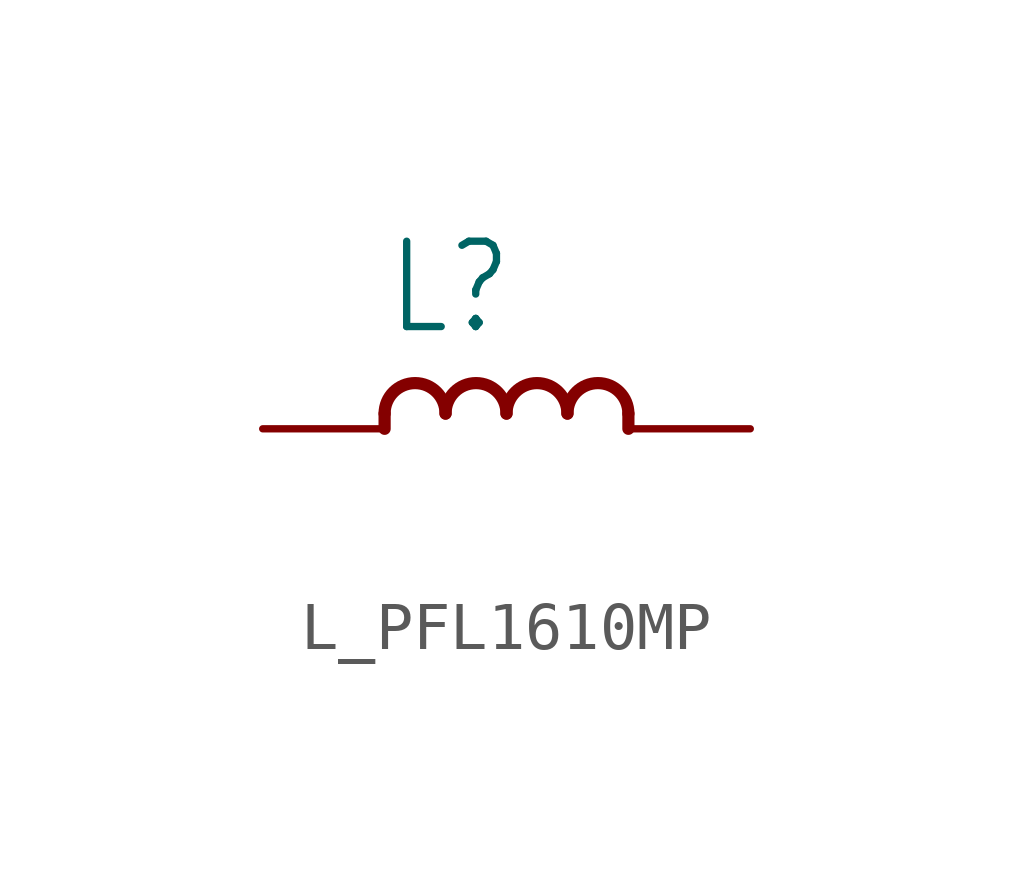
<source format=kicad_sym>
(kicad_symbol_lib
  (version 20220914)
  (generator kicad_symbol_editor)
  (symbol "L_PFL1610MP"
    (property "Reference" "L"
      (at -2.54 1.905 0)
      (effects (font (size 1.778 1.511)) (justify left bottom)))
    (property "Value" ""
      (at -2.54 -2.54 0)
      (effects (font (size 1.778 1.511)) (justify left bottom)))
    (property "ki_locked" ""
      (at 0 0 0)
      (effects (font (size 1.27 1.27))))
    (symbol "L_PFL1610MP_1_0"
      (arc (start -1.27 0.3173) (mid -1.9049 0.9497) (end -2.54 0.3175) (stroke (width 0.254) (type solid)) (fill (type none)))
      (polyline (pts (xy -2.54 0.318) (xy -2.54 0)) (stroke (width 0.254) (type solid)) (fill (type none)))
      (polyline (pts (xy 2.54 0.318) (xy 2.54 0)) (stroke (width 0.254) (type solid)) (fill (type none)))
      (arc (start 0 0.3173) (mid -0.6349 0.9497) (end -1.27 0.3175) (stroke (width 0.254) (type solid)) (fill (type none)))
      (arc (start 1.27 0.3173) (mid 0.6351 0.9497) (end 0 0.3175) (stroke (width 0.254) (type solid)) (fill (type none)))
      (arc (start 2.54 0.3173) (mid 1.9051 0.9497) (end 1.27 0.3175) (stroke (width 0.254) (type solid)) (fill (type none)))
      (pin passive line (at 5.08 0 180) (length 2.54) (name "1" (effects (font (size 0 0)))) (number "1" (effects (font (size 0 0)))))
      (pin passive line (at -5.08 0 0) (length 2.54) (name "2" (effects (font (size 0 0)))) (number "2" (effects (font (size 0 0))))))))
</source>
